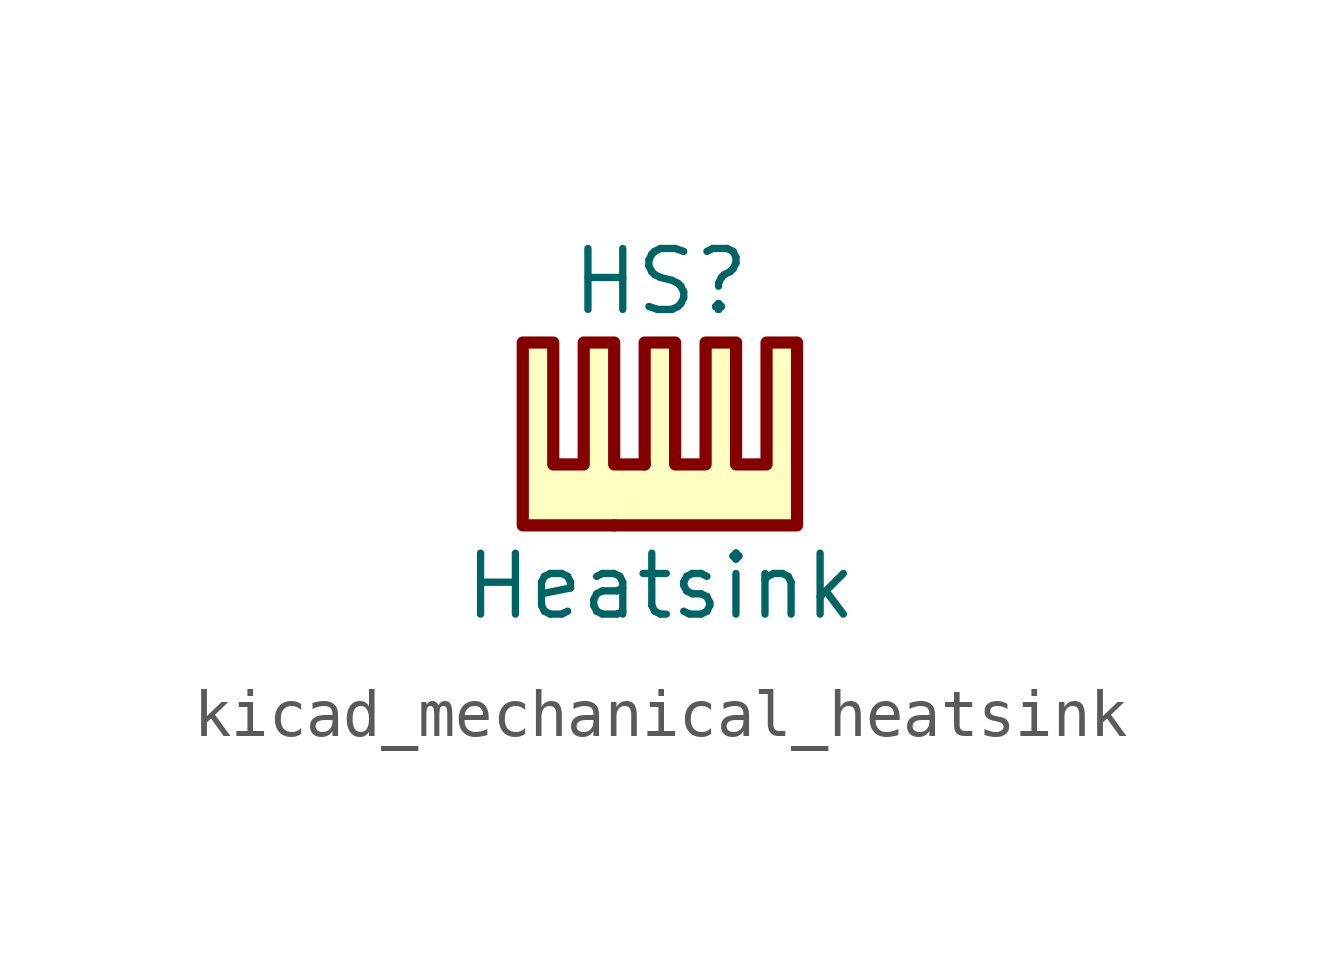
<source format=kicad_sym>
(kicad_symbol_lib
  (version 20220914)
  (generator kicad_symbol_editor)
  (symbol "kicad_mechanical_heatsink"
    (pin_names
      (offset 1.016))
    (property "Reference" "HS"
      (at 0 5.08 0)
      (effects (font (size 1.27 1.27))))
    (property "Value" "Heatsink"
      (at 0 -1.27 0)
      (effects (font (size 1.27 1.27))))
    (symbol "kicad_mechanical_heatsink_0_1"
      (polyline (pts (xy -0.33 1.27) (xy -0.965 1.27) (xy -0.965 3.81) (xy -1.6 3.81) (xy -1.6 1.27) (xy -2.235 1.27) (xy -2.235 3.81) (xy -2.87 3.81) (xy -2.87 0) (xy -0.965 0)) (stroke (width 0.254) (type default)) (fill (type background)))
      (polyline (pts (xy -0.33 1.27) (xy -0.33 3.81) (xy 0.305 3.81) (xy 0.305 1.27) (xy 0.94 1.27) (xy 0.94 3.81) (xy 1.575 3.81) (xy 1.575 1.27) (xy 2.21 1.27) (xy 2.21 3.81) (xy 2.845 3.81) (xy 2.845 0) (xy -0.965 0)) (stroke (width 0.254) (type default)) (fill (type background))))))
</source>
